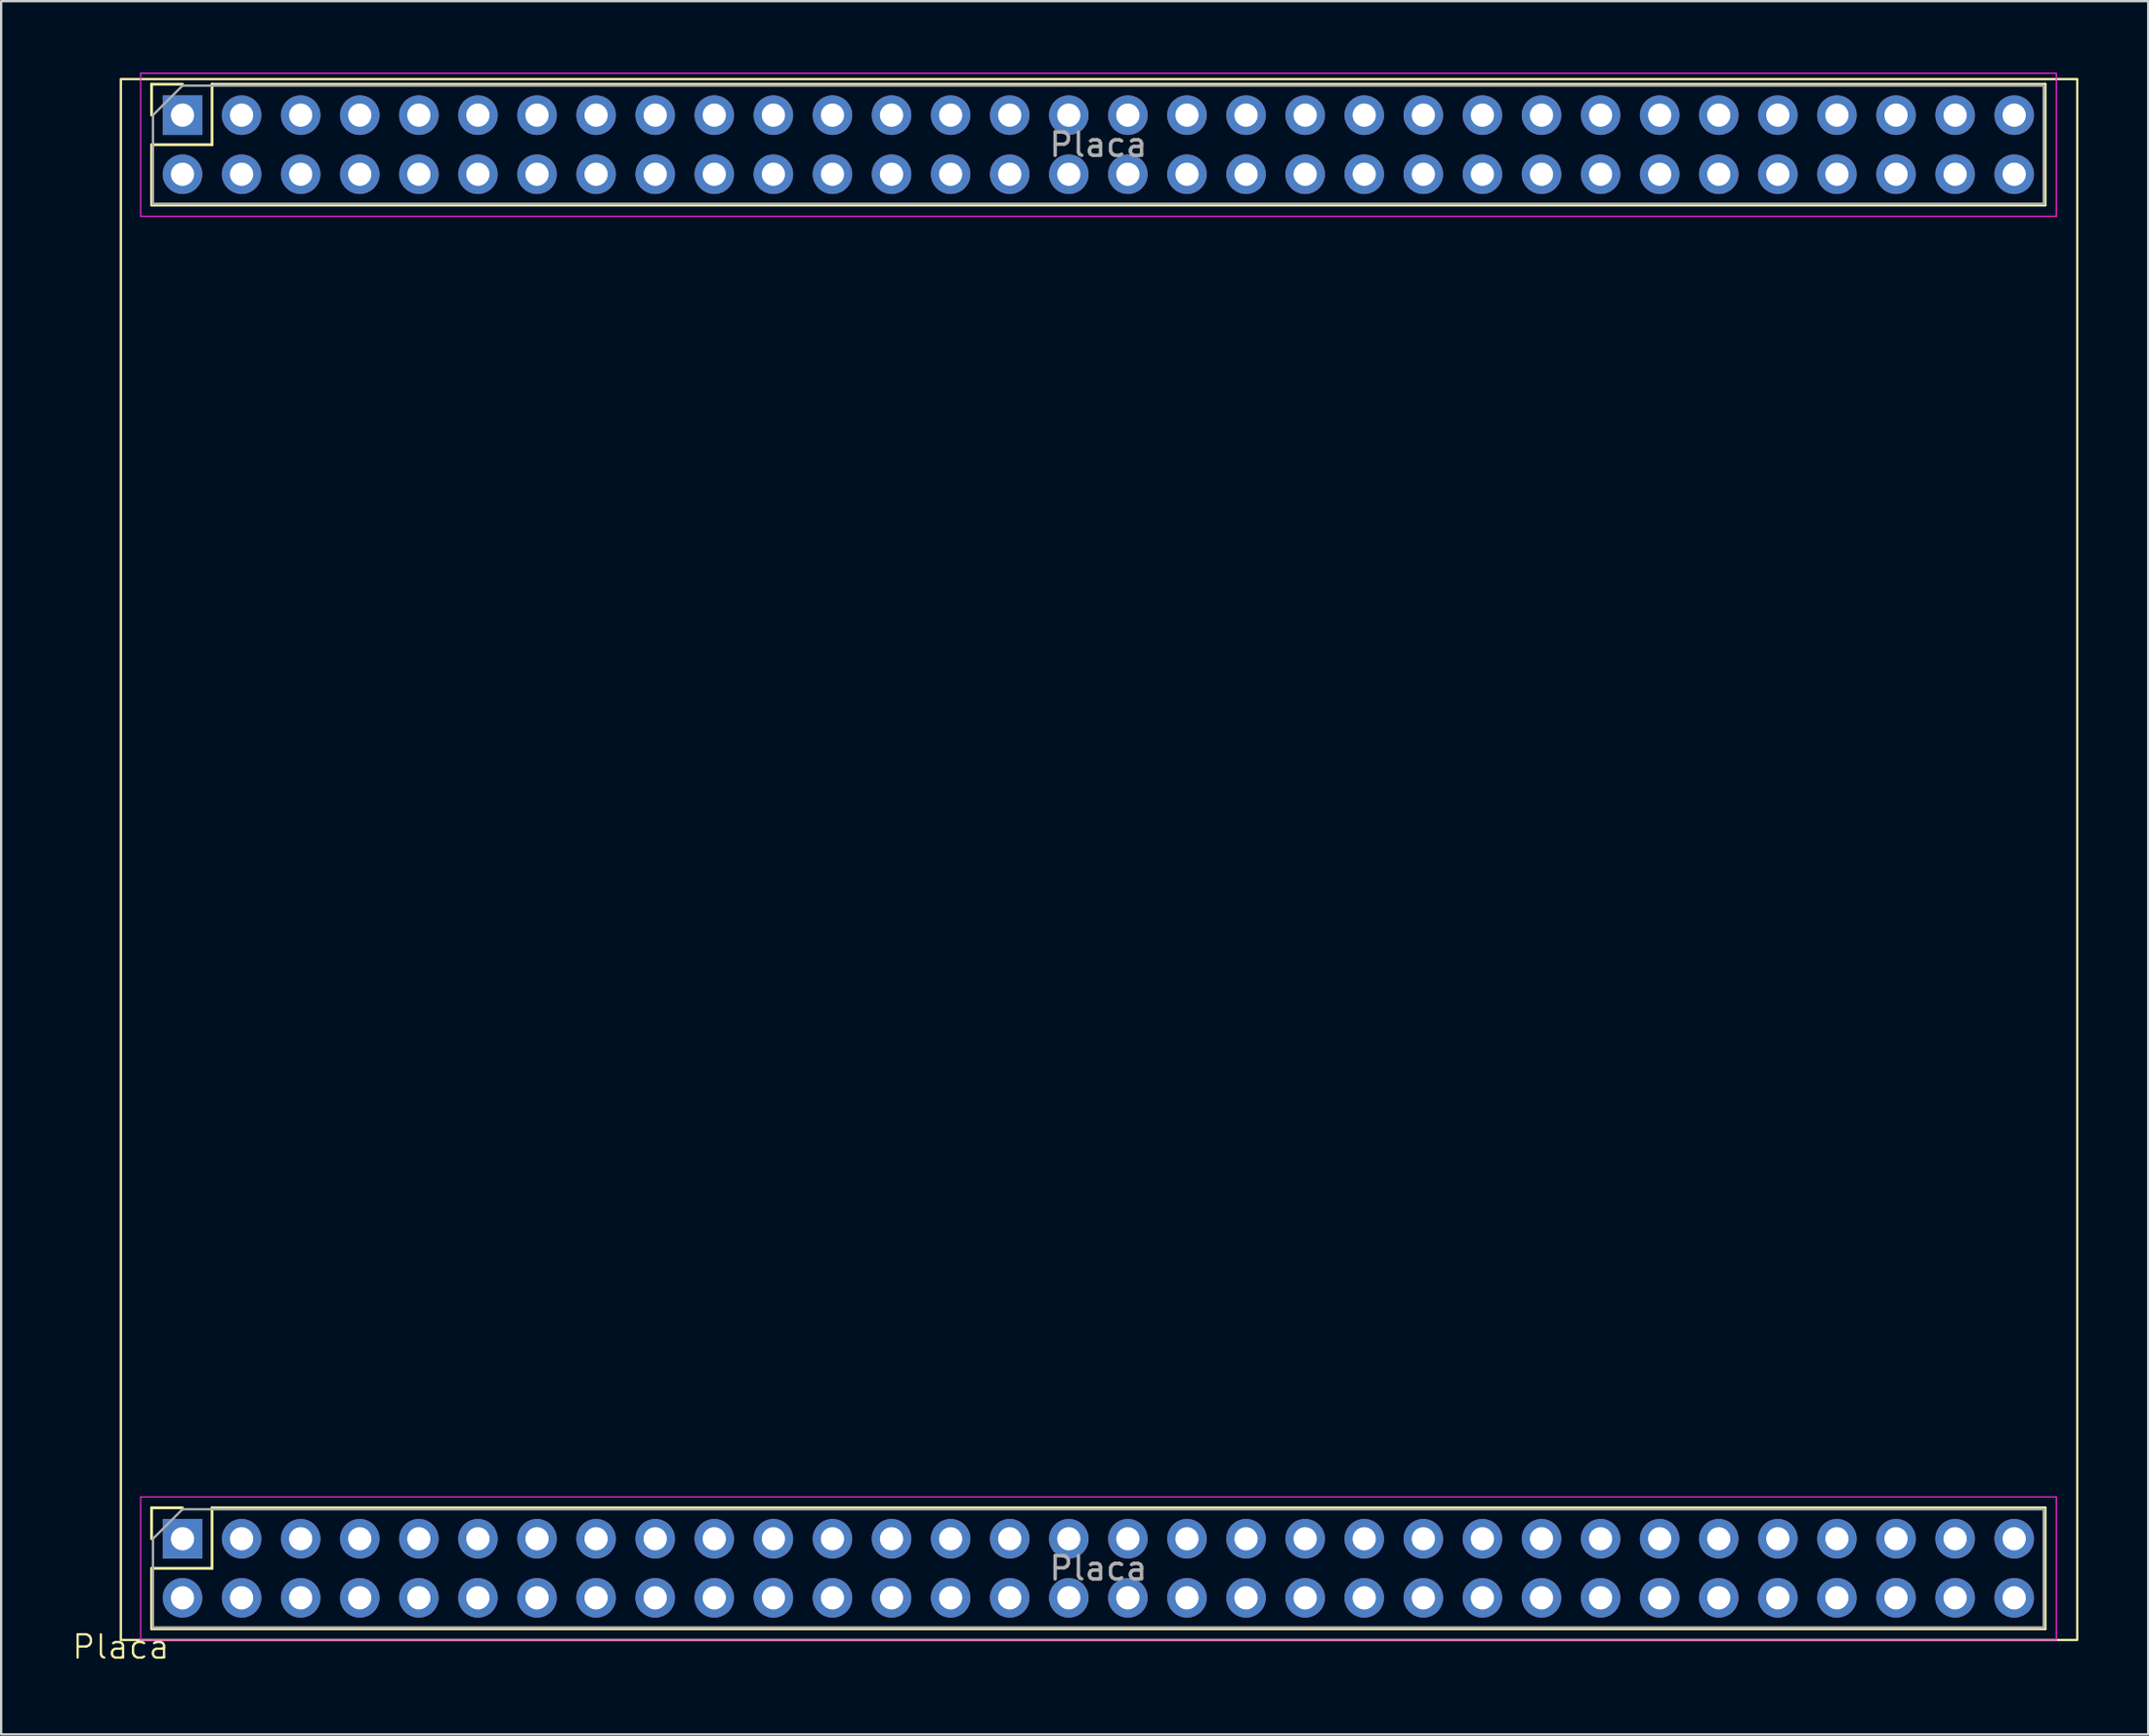
<source format=kicad_pcb>
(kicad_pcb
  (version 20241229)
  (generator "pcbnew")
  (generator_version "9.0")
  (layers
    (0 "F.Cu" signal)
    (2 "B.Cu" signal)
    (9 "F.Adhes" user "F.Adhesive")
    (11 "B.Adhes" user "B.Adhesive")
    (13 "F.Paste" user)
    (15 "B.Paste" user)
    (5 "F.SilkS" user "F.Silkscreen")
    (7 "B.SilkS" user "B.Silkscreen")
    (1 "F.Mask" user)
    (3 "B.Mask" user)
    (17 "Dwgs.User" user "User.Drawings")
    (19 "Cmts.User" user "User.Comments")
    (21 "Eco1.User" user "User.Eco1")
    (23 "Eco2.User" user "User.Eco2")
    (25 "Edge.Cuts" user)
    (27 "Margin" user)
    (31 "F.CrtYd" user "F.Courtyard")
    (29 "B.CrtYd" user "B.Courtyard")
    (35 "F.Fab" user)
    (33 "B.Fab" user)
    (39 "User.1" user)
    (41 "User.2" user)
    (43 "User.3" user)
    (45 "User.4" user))
  (footprint "Placa"
    (layer "F.Cu")
    (at 2.145 0.25)
    (property "Reference" "Placa" (at 0 67.5 0) (unlocked yes) (layer "F.SilkS") (effects (font (size 1 1) (thickness 0.1))))
    (attr through_hole)
    (fp_line (start 1.32 0.32) (end 1.32 1.65) (stroke (width 0.12) (type solid)) (layer "F.SilkS"))
    (fp_line (start 1.32 2.92) (end 1.32 5.52) (stroke (width 0.12) (type solid)) (layer "F.SilkS"))
    (fp_line (start 1.32 5.52) (end 82.72 5.52) (stroke (width 0.12) (type solid)) (layer "F.SilkS"))
    (fp_line (start 1.32 61.52) (end 1.32 62.85) (stroke (width 0.12) (type solid)) (layer "F.SilkS"))
    (fp_line (start 1.32 64.12) (end 1.32 66.72) (stroke (width 0.12) (type solid)) (layer "F.SilkS"))
    (fp_line (start 1.32 66.72) (end 82.72 66.72) (stroke (width 0.12) (type solid)) (layer "F.SilkS"))
    (fp_line (start 2.65 0.32) (end 1.32 0.32) (stroke (width 0.12) (type solid)) (layer "F.SilkS"))
    (fp_line (start 2.65 61.52) (end 1.32 61.52) (stroke (width 0.12) (type solid)) (layer "F.SilkS"))
    (fp_line (start 3.92 0.32) (end 3.92 2.92) (stroke (width 0.12) (type solid)) (layer "F.SilkS"))
    (fp_line (start 3.92 0.32) (end 82.72 0.32) (stroke (width 0.12) (type solid)) (layer "F.SilkS"))
    (fp_line (start 3.92 2.92) (end 1.32 2.92) (stroke (width 0.12) (type solid)) (layer "F.SilkS"))
    (fp_line (start 3.92 61.52) (end 3.92 64.12) (stroke (width 0.12) (type solid)) (layer "F.SilkS"))
    (fp_line (start 3.92 61.52) (end 82.72 61.52) (stroke (width 0.12) (type solid)) (layer "F.SilkS"))
    (fp_line (start 3.92 64.12) (end 1.32 64.12) (stroke (width 0.12) (type solid)) (layer "F.SilkS"))
    (fp_line (start 82.72 0.32) (end 82.72 5.52) (stroke (width 0.12) (type solid)) (layer "F.SilkS"))
    (fp_line (start 82.72 61.52) (end 82.72 66.72) (stroke (width 0.12) (type solid)) (layer "F.SilkS"))
    (fp_rect (start 0 67.2) (end 84.1 0.1) (stroke (width 0.1) (type default)) (fill no) (layer "F.SilkS"))
    (fp_line (start 0.85 -0.15) (end 83.2 -0.15) (stroke (width 0.05) (type solid)) (layer "F.CrtYd"))
    (fp_line (start 0.85 6) (end 0.85 -0.15) (stroke (width 0.05) (type solid)) (layer "F.CrtYd"))
    (fp_line (start 0.85 61.05) (end 83.2 61.05) (stroke (width 0.05) (type solid)) (layer "F.CrtYd"))
    (fp_line (start 0.85 67.2) (end 0.85 61.05) (stroke (width 0.05) (type solid)) (layer "F.CrtYd"))
    (fp_line (start 83.2 -0.15) (end 83.2 6) (stroke (width 0.05) (type solid)) (layer "F.CrtYd"))
    (fp_line (start 83.2 6) (end 0.85 6) (stroke (width 0.05) (type solid)) (layer "F.CrtYd"))
    (fp_line (start 83.2 61.05) (end 83.2 67.2) (stroke (width 0.05) (type solid)) (layer "F.CrtYd"))
    (fp_line (start 83.2 67.2) (end 0.85 67.2) (stroke (width 0.05) (type solid)) (layer "F.CrtYd"))
    (fp_line (start 1.38 1.65) (end 1.38 5.46) (stroke (width 0.1) (type solid)) (layer "F.Fab"))
    (fp_line (start 1.38 5.46) (end 82.66 5.46) (stroke (width 0.1) (type solid)) (layer "F.Fab"))
    (fp_line (start 1.38 62.85) (end 1.38 66.66) (stroke (width 0.1) (type solid)) (layer "F.Fab"))
    (fp_line (start 1.38 66.66) (end 82.66 66.66) (stroke (width 0.1) (type solid)) (layer "F.Fab"))
    (fp_line (start 2.65 0.38) (end 1.38 1.65) (stroke (width 0.1) (type solid)) (layer "F.Fab"))
    (fp_line (start 2.65 61.58) (end 1.38 62.85) (stroke (width 0.1) (type solid)) (layer "F.Fab"))
    (fp_line (start 82.66 0.38) (end 2.65 0.38) (stroke (width 0.1) (type solid)) (layer "F.Fab"))
    (fp_line (start 82.66 5.46) (end 82.66 0.38) (stroke (width 0.1) (type solid)) (layer "F.Fab"))
    (fp_line (start 82.66 61.58) (end 2.65 61.58) (stroke (width 0.1) (type solid)) (layer "F.Fab"))
    (fp_line (start 82.66 66.66) (end 82.66 61.58) (stroke (width 0.1) (type solid)) (layer "F.Fab"))
    (fp_text user "${REFERENCE}" (at 42.02 64.12 180) (layer "F.Fab") (effects (font (size 1 1) (thickness 0.15))))
    (fp_text user "${REFERENCE}" (at 42.02 2.92 180) (layer "F.Fab") (effects (font (size 1 1) (thickness 0.15))))
    (pad "1" thru_hole rect (at 2.65 1.65 270) (size 1.7 1.7) (drill 1) (layers "*.Cu" "*.Mask"))
    (pad "2" thru_hole oval (at 2.65 4.19 270) (size 1.7 1.7) (drill 1) (layers "*.Cu" "*.Mask"))
    (pad "3" thru_hole oval (at 5.19 1.65 270) (size 1.7 1.7) (drill 1) (layers "*.Cu" "*.Mask"))
    (pad "4" thru_hole oval (at 5.19 4.19 270) (size 1.7 1.7) (drill 1) (layers "*.Cu" "*.Mask"))
    (pad "5" thru_hole oval (at 7.73 1.65 270) (size 1.7 1.7) (drill 1) (layers "*.Cu" "*.Mask"))
    (pad "6" thru_hole oval (at 7.73 4.19 270) (size 1.7 1.7) (drill 1) (layers "*.Cu" "*.Mask"))
    (pad "7" thru_hole oval (at 10.27 1.65 270) (size 1.7 1.7) (drill 1) (layers "*.Cu" "*.Mask"))
    (pad "8" thru_hole oval (at 10.27 4.19 270) (size 1.7 1.7) (drill 1) (layers "*.Cu" "*.Mask"))
    (pad "9" thru_hole oval (at 12.81 1.65 270) (size 1.7 1.7) (drill 1) (layers "*.Cu" "*.Mask"))
    (pad "10" thru_hole oval (at 12.81 4.19 270) (size 1.7 1.7) (drill 1) (layers "*.Cu" "*.Mask"))
    (pad "11" thru_hole oval (at 15.35 1.65 270) (size 1.7 1.7) (drill 1) (layers "*.Cu" "*.Mask"))
    (pad "12" thru_hole oval (at 15.35 4.19 270) (size 1.7 1.7) (drill 1) (layers "*.Cu" "*.Mask"))
    (pad "13" thru_hole oval (at 17.89 1.65 270) (size 1.7 1.7) (drill 1) (layers "*.Cu" "*.Mask"))
    (pad "14" thru_hole oval (at 17.89 4.19 270) (size 1.7 1.7) (drill 1) (layers "*.Cu" "*.Mask"))
    (pad "15" thru_hole oval (at 20.43 1.65 270) (size 1.7 1.7) (drill 1) (layers "*.Cu" "*.Mask"))
    (pad "16" thru_hole oval (at 20.43 4.19 270) (size 1.7 1.7) (drill 1) (layers "*.Cu" "*.Mask"))
    (pad "17" thru_hole oval (at 22.97 1.65 270) (size 1.7 1.7) (drill 1) (layers "*.Cu" "*.Mask"))
    (pad "18" thru_hole oval (at 22.97 4.19 270) (size 1.7 1.7) (drill 1) (layers "*.Cu" "*.Mask"))
    (pad "19" thru_hole oval (at 25.51 1.65 270) (size 1.7 1.7) (drill 1) (layers "*.Cu" "*.Mask"))
    (pad "20" thru_hole oval (at 25.51 4.19 270) (size 1.7 1.7) (drill 1) (layers "*.Cu" "*.Mask"))
    (pad "21" thru_hole oval (at 28.05 1.65 270) (size 1.7 1.7) (drill 1) (layers "*.Cu" "*.Mask"))
    (pad "22" thru_hole oval (at 28.05 4.19 270) (size 1.7 1.7) (drill 1) (layers "*.Cu" "*.Mask"))
    (pad "23" thru_hole oval (at 30.59 1.65 270) (size 1.7 1.7) (drill 1) (layers "*.Cu" "*.Mask"))
    (pad "24" thru_hole oval (at 30.59 4.19 270) (size 1.7 1.7) (drill 1) (layers "*.Cu" "*.Mask"))
    (pad "25" thru_hole oval (at 33.13 1.65 270) (size 1.7 1.7) (drill 1) (layers "*.Cu" "*.Mask"))
    (pad "26" thru_hole oval (at 33.13 4.19 270) (size 1.7 1.7) (drill 1) (layers "*.Cu" "*.Mask"))
    (pad "27" thru_hole oval (at 35.67 1.65 270) (size 1.7 1.7) (drill 1) (layers "*.Cu" "*.Mask"))
    (pad "28" thru_hole oval (at 35.67 4.19 270) (size 1.7 1.7) (drill 1) (layers "*.Cu" "*.Mask"))
    (pad "29" thru_hole oval (at 38.21 1.65 270) (size 1.7 1.7) (drill 1) (layers "*.Cu" "*.Mask"))
    (pad "30" thru_hole oval (at 38.21 4.19 270) (size 1.7 1.7) (drill 1) (layers "*.Cu" "*.Mask"))
    (pad "31" thru_hole oval (at 40.75 1.65 270) (size 1.7 1.7) (drill 1) (layers "*.Cu" "*.Mask"))
    (pad "32" thru_hole oval (at 40.75 4.19 270) (size 1.7 1.7) (drill 1) (layers "*.Cu" "*.Mask"))
    (pad "33" thru_hole oval (at 43.29 1.65 270) (size 1.7 1.7) (drill 1) (layers "*.Cu" "*.Mask"))
    (pad "34" thru_hole oval (at 43.29 4.19 270) (size 1.7 1.7) (drill 1) (layers "*.Cu" "*.Mask"))
    (pad "35" thru_hole oval (at 45.83 1.65 270) (size 1.7 1.7) (drill 1) (layers "*.Cu" "*.Mask"))
    (pad "36" thru_hole oval (at 45.83 4.19 270) (size 1.7 1.7) (drill 1) (layers "*.Cu" "*.Mask"))
    (pad "37" thru_hole oval (at 48.37 1.65 270) (size 1.7 1.7) (drill 1) (layers "*.Cu" "*.Mask"))
    (pad "38" thru_hole oval (at 48.37 4.19 270) (size 1.7 1.7) (drill 1) (layers "*.Cu" "*.Mask"))
    (pad "39" thru_hole oval (at 50.91 1.65 270) (size 1.7 1.7) (drill 1) (layers "*.Cu" "*.Mask"))
    (pad "40" thru_hole oval (at 50.91 4.19 270) (size 1.7 1.7) (drill 1) (layers "*.Cu" "*.Mask"))
    (pad "41" thru_hole oval (at 53.45 1.65 270) (size 1.7 1.7) (drill 1) (layers "*.Cu" "*.Mask"))
    (pad "42" thru_hole oval (at 53.45 4.19 270) (size 1.7 1.7) (drill 1) (layers "*.Cu" "*.Mask"))
    (pad "43" thru_hole oval (at 55.99 1.65 270) (size 1.7 1.7) (drill 1) (layers "*.Cu" "*.Mask"))
    (pad "44" thru_hole oval (at 55.99 4.19 270) (size 1.7 1.7) (drill 1) (layers "*.Cu" "*.Mask"))
    (pad "45" thru_hole oval (at 58.53 1.65 270) (size 1.7 1.7) (drill 1) (layers "*.Cu" "*.Mask"))
    (pad "46" thru_hole oval (at 58.53 4.19 270) (size 1.7 1.7) (drill 1) (layers "*.Cu" "*.Mask"))
    (pad "47" thru_hole oval (at 61.07 1.65 270) (size 1.7 1.7) (drill 1) (layers "*.Cu" "*.Mask"))
    (pad "48" thru_hole oval (at 61.07 4.19 270) (size 1.7 1.7) (drill 1) (layers "*.Cu" "*.Mask"))
    (pad "49" thru_hole oval (at 63.61 1.65 270) (size 1.7 1.7) (drill 1) (layers "*.Cu" "*.Mask"))
    (pad "50" thru_hole oval (at 63.61 4.19 270) (size 1.7 1.7) (drill 1) (layers "*.Cu" "*.Mask"))
    (pad "51" thru_hole oval (at 66.15 1.65 270) (size 1.7 1.7) (drill 1) (layers "*.Cu" "*.Mask"))
    (pad "52" thru_hole oval (at 66.15 4.19 270) (size 1.7 1.7) (drill 1) (layers "*.Cu" "*.Mask"))
    (pad "53" thru_hole oval (at 68.69 1.65 270) (size 1.7 1.7) (drill 1) (layers "*.Cu" "*.Mask"))
    (pad "54" thru_hole oval (at 68.69 4.19 270) (size 1.7 1.7) (drill 1) (layers "*.Cu" "*.Mask"))
    (pad "55" thru_hole oval (at 71.23 1.65 270) (size 1.7 1.7) (drill 1) (layers "*.Cu" "*.Mask"))
    (pad "56" thru_hole oval (at 71.23 4.19 270) (size 1.7 1.7) (drill 1) (layers "*.Cu" "*.Mask"))
    (pad "57" thru_hole oval (at 73.77 1.65 270) (size 1.7 1.7) (drill 1) (layers "*.Cu" "*.Mask"))
    (pad "58" thru_hole oval (at 73.77 4.19 270) (size 1.7 1.7) (drill 1) (layers "*.Cu" "*.Mask"))
    (pad "59" thru_hole oval (at 76.31 1.65 270) (size 1.7 1.7) (drill 1) (layers "*.Cu" "*.Mask"))
    (pad "60" thru_hole oval (at 76.31 4.19 270) (size 1.7 1.7) (drill 1) (layers "*.Cu" "*.Mask"))
    (pad "61" thru_hole oval (at 78.85 1.65 270) (size 1.7 1.7) (drill 1) (layers "*.Cu" "*.Mask"))
    (pad "62" thru_hole oval (at 78.85 4.19 270) (size 1.7 1.7) (drill 1) (layers "*.Cu" "*.Mask"))
    (pad "63" thru_hole oval (at 81.39 1.65 270) (size 1.7 1.7) (drill 1) (layers "*.Cu" "*.Mask"))
    (pad "64" thru_hole oval (at 81.39 4.19 270) (size 1.7 1.7) (drill 1) (layers "*.Cu" "*.Mask"))
    (pad "65" thru_hole rect (at 2.65 62.85 270) (size 1.7 1.7) (drill 1) (layers "*.Cu" "*.Mask"))
    (pad "66" thru_hole oval (at 2.65 65.39 270) (size 1.7 1.7) (drill 1) (layers "*.Cu" "*.Mask" "F.Paste"))
    (pad "67" thru_hole oval (at 5.19 62.85 270) (size 1.7 1.7) (drill 1) (layers "*.Cu" "*.Mask"))
    (pad "68" thru_hole oval (at 5.19 65.39 270) (size 1.7 1.7) (drill 1) (layers "*.Cu" "*.Mask"))
    (pad "69" thru_hole oval (at 7.73 62.85 270) (size 1.7 1.7) (drill 1) (layers "*.Cu" "*.Mask"))
    (pad "70" thru_hole oval (at 7.73 65.39 270) (size 1.7 1.7) (drill 1) (layers "*.Cu" "*.Mask"))
    (pad "71" thru_hole oval (at 10.27 62.85 270) (size 1.7 1.7) (drill 1) (layers "*.Cu" "*.Mask"))
    (pad "72" thru_hole oval (at 10.27 65.39 270) (size 1.7 1.7) (drill 1) (layers "*.Cu" "*.Mask"))
    (pad "73" thru_hole oval (at 12.81 62.85 270) (size 1.7 1.7) (drill 1) (layers "*.Cu" "*.Mask"))
    (pad "74" thru_hole oval (at 12.81 65.39 270) (size 1.7 1.7) (drill 1) (layers "*.Cu" "*.Mask"))
    (pad "75" thru_hole oval (at 15.35 62.85 270) (size 1.7 1.7) (drill 1) (layers "*.Cu" "*.Mask"))
    (pad "76" thru_hole oval (at 15.35 65.39 270) (size 1.7 1.7) (drill 1) (layers "*.Cu" "*.Mask"))
    (pad "77" thru_hole oval (at 17.89 62.85 270) (size 1.7 1.7) (drill 1) (layers "*.Cu" "*.Mask"))
    (pad "78" thru_hole oval (at 17.89 65.39 270) (size 1.7 1.7) (drill 1) (layers "*.Cu" "*.Mask"))
    (pad "79" thru_hole oval (at 20.43 62.85 270) (size 1.7 1.7) (drill 1) (layers "*.Cu" "*.Mask"))
    (pad "80" thru_hole oval (at 20.43 65.39 270) (size 1.7 1.7) (drill 1) (layers "*.Cu" "*.Mask"))
    (pad "81" thru_hole oval (at 22.97 62.85 270) (size 1.7 1.7) (drill 1) (layers "*.Cu" "*.Mask"))
    (pad "82" thru_hole oval (at 22.97 65.39 270) (size 1.7 1.7) (drill 1) (layers "*.Cu" "*.Mask"))
    (pad "83" thru_hole oval (at 25.51 62.85 270) (size 1.7 1.7) (drill 1) (layers "*.Cu" "*.Mask"))
    (pad "84" thru_hole oval (at 25.51 65.39 270) (size 1.7 1.7) (drill 1) (layers "*.Cu" "*.Mask"))
    (pad "85" thru_hole oval (at 28.05 62.85 270) (size 1.7 1.7) (drill 1) (layers "*.Cu" "*.Mask"))
    (pad "86" thru_hole oval (at 28.05 65.39 270) (size 1.7 1.7) (drill 1) (layers "*.Cu" "*.Mask"))
    (pad "87" thru_hole oval (at 30.59 62.85 270) (size 1.7 1.7) (drill 1) (layers "*.Cu" "*.Mask"))
    (pad "88" thru_hole oval (at 30.59 65.39 270) (size 1.7 1.7) (drill 1) (layers "*.Cu" "*.Mask"))
    (pad "89" thru_hole oval (at 33.13 62.85 270) (size 1.7 1.7) (drill 1) (layers "*.Cu" "*.Mask"))
    (pad "90" thru_hole oval (at 33.13 65.39 270) (size 1.7 1.7) (drill 1) (layers "*.Cu" "*.Mask"))
    (pad "91" thru_hole oval (at 35.67 62.85 270) (size 1.7 1.7) (drill 1) (layers "*.Cu" "*.Mask"))
    (pad "92" thru_hole oval (at 35.67 65.39 270) (size 1.7 1.7) (drill 1) (layers "*.Cu" "*.Mask"))
    (pad "93" thru_hole oval (at 38.21 62.85 270) (size 1.7 1.7) (drill 1) (layers "*.Cu" "*.Mask"))
    (pad "94" thru_hole oval (at 38.21 65.39 270) (size 1.7 1.7) (drill 1) (layers "*.Cu" "*.Mask"))
    (pad "95" thru_hole oval (at 40.75 62.85 270) (size 1.7 1.7) (drill 1) (layers "*.Cu" "*.Mask"))
    (pad "96" thru_hole oval (at 40.75 65.39 270) (size 1.7 1.7) (drill 1) (layers "*.Cu" "*.Mask"))
    (pad "97" thru_hole oval (at 43.29 62.85 270) (size 1.7 1.7) (drill 1) (layers "*.Cu" "*.Mask"))
    (pad "98" thru_hole oval (at 43.29 65.39 270) (size 1.7 1.7) (drill 1) (layers "*.Cu" "*.Mask"))
    (pad "99" thru_hole oval (at 45.83 62.85 270) (size 1.7 1.7) (drill 1) (layers "*.Cu" "*.Mask"))
    (pad "100" thru_hole oval (at 45.83 65.39 270) (size 1.7 1.7) (drill 1) (layers "*.Cu" "*.Mask"))
    (pad "101" thru_hole oval (at 48.37 62.85 270) (size 1.7 1.7) (drill 1) (layers "*.Cu" "*.Mask"))
    (pad "102" thru_hole oval (at 48.37 65.39 270) (size 1.7 1.7) (drill 1) (layers "*.Cu" "*.Mask"))
    (pad "103" thru_hole oval (at 50.91 62.85 270) (size 1.7 1.7) (drill 1) (layers "*.Cu" "*.Mask"))
    (pad "104" thru_hole oval (at 50.91 65.39 270) (size 1.7 1.7) (drill 1) (layers "*.Cu" "*.Mask"))
    (pad "105" thru_hole oval (at 53.45 62.85 270) (size 1.7 1.7) (drill 1) (layers "*.Cu" "*.Mask"))
    (pad "106" thru_hole oval (at 53.45 65.39 270) (size 1.7 1.7) (drill 1) (layers "*.Cu" "*.Mask"))
    (pad "107" thru_hole oval (at 55.99 62.85 270) (size 1.7 1.7) (drill 1) (layers "*.Cu" "*.Mask"))
    (pad "108" thru_hole oval (at 55.99 65.39 270) (size 1.7 1.7) (drill 1) (layers "*.Cu" "*.Mask"))
    (pad "109" thru_hole oval (at 58.53 62.85 270) (size 1.7 1.7) (drill 1) (layers "*.Cu" "*.Mask"))
    (pad "110" thru_hole oval (at 58.53 65.39 270) (size 1.7 1.7) (drill 1) (layers "*.Cu" "*.Mask"))
    (pad "111" thru_hole oval (at 61.07 62.85 270) (size 1.7 1.7) (drill 1) (layers "*.Cu" "*.Mask"))
    (pad "112" thru_hole oval (at 61.07 65.39 270) (size 1.7 1.7) (drill 1) (layers "*.Cu" "*.Mask"))
    (pad "113" thru_hole oval (at 63.61 62.85 270) (size 1.7 1.7) (drill 1) (layers "*.Cu" "*.Mask"))
    (pad "114" thru_hole oval (at 63.61 65.39 270) (size 1.7 1.7) (drill 1) (layers "*.Cu" "*.Mask"))
    (pad "115" thru_hole oval (at 66.15 62.85 270) (size 1.7 1.7) (drill 1) (layers "*.Cu" "*.Mask"))
    (pad "116" thru_hole oval (at 66.15 65.39 270) (size 1.7 1.7) (drill 1) (layers "*.Cu" "*.Mask"))
    (pad "117" thru_hole oval (at 68.69 62.85 270) (size 1.7 1.7) (drill 1) (layers "*.Cu" "*.Mask"))
    (pad "118" thru_hole oval (at 68.69 65.39 270) (size 1.7 1.7) (drill 1) (layers "*.Cu" "*.Mask"))
    (pad "119" thru_hole oval (at 71.23 62.85 270) (size 1.7 1.7) (drill 1) (layers "*.Cu" "*.Mask"))
    (pad "120" thru_hole oval (at 71.23 65.39 270) (size 1.7 1.7) (drill 1) (layers "*.Cu" "*.Mask"))
    (pad "121" thru_hole oval (at 73.77 62.85 270) (size 1.7 1.7) (drill 1) (layers "*.Cu" "*.Mask"))
    (pad "122" thru_hole oval (at 73.77 65.39 270) (size 1.7 1.7) (drill 1) (layers "*.Cu" "*.Mask"))
    (pad "123" thru_hole oval (at 76.31 62.85 270) (size 1.7 1.7) (drill 1) (layers "*.Cu" "*.Mask"))
    (pad "124" thru_hole oval (at 76.31 65.39 270) (size 1.7 1.7) (drill 1) (layers "*.Cu" "*.Mask"))
    (pad "125" thru_hole oval (at 78.85 62.85 270) (size 1.7 1.7) (drill 1) (layers "*.Cu" "*.Mask"))
    (pad "126" thru_hole oval (at 78.85 65.39 270) (size 1.7 1.7) (drill 1) (layers "*.Cu" "*.Mask"))
    (pad "127" thru_hole oval (at 81.39 62.85 270) (size 1.7 1.7) (drill 1) (layers "*.Cu" "*.Mask"))
    (pad "128" thru_hole oval (at 81.39 65.39 270) (size 1.7 1.7) (drill 1) (layers "*.Cu" "*.Mask")))
  (gr_rect
    (start -3 -3)
    (end 89.295 71.51)
    (stroke (width 0.1) (type default))
    (fill no)
    (layer "Edge.Cuts")))
</source>
